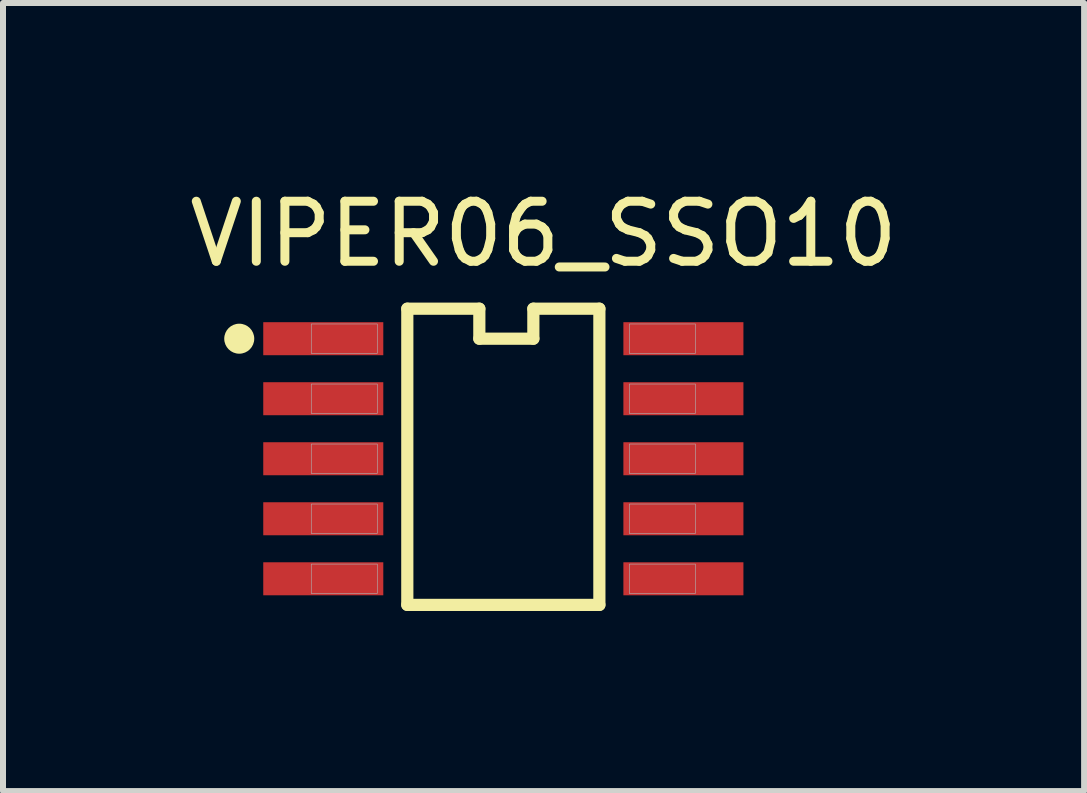
<source format=kicad_pcb>
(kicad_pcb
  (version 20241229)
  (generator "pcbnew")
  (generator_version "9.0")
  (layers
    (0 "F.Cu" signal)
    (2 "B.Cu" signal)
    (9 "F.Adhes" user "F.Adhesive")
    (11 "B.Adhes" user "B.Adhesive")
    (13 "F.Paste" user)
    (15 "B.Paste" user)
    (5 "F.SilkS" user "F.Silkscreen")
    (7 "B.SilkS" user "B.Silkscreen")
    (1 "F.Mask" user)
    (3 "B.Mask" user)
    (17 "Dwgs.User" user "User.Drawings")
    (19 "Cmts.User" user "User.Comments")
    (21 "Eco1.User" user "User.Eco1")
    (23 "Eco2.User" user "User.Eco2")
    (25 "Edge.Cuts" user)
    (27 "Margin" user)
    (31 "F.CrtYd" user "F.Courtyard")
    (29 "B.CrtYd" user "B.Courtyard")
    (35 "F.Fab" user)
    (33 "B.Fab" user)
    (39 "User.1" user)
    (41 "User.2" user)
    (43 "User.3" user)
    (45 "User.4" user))
  (footprint "VIPER06_SSO10"
    (layer "F.Cu")
    (at 5.336 4.593)
    (property "Reference" "VIPER06_SSO10" (at 0.67 -3.745 0) (layer "F.SilkS") (effects (font (size 1 1) (thickness 0.15))))
    (attr smd)
    (fp_line (start -1.6 -2.5) (end -0.4 -2.5) (stroke (width 0.203) (type solid)) (layer "F.SilkS"))
    (fp_line (start -1.6 2.435) (end -1.6 -2.5) (stroke (width 0.203) (type solid)) (layer "F.SilkS"))
    (fp_line (start -0.4 -2.5) (end -0.4 -2) (stroke (width 0.203) (type solid)) (layer "F.SilkS"))
    (fp_line (start -0.4 -2) (end 0.5 -2) (stroke (width 0.203) (type solid)) (layer "F.SilkS"))
    (fp_line (start 0.5 -2.5) (end 1.6 -2.5) (stroke (width 0.203) (type solid)) (layer "F.SilkS"))
    (fp_line (start 0.5 -2) (end 0.5 -2.5) (stroke (width 0.203) (type solid)) (layer "F.SilkS"))
    (fp_line (start 1.6 -2.5) (end 1.6 2.435) (stroke (width 0.203) (type solid)) (layer "F.SilkS"))
    (fp_line (start 1.6 2.435) (end -1.6 2.435) (stroke (width 0.203) (type solid)) (layer "F.SilkS"))
    (fp_circle (center -4.4 -2) (end -4.15 -2) (stroke (width 0) (type solid)) (fill yes) (layer "F.SilkS"))
    (fp_poly (pts (xy -2.1 -2.245) (xy -2.1 -1.755) (xy -3.2 -1.755) (xy -3.2 -2.245)) (stroke (width 0.01) (type solid)) (fill no) (layer "F.Fab"))
    (fp_poly (pts (xy -2.1 -1.245) (xy -2.1 -0.755) (xy -3.2 -0.755) (xy -3.2 -1.245)) (stroke (width 0.01) (type solid)) (fill no) (layer "F.Fab"))
    (fp_poly (pts (xy -2.1 -0.245) (xy -2.1 0.245) (xy -3.2 0.245) (xy -3.2 -0.245)) (stroke (width 0.01) (type solid)) (fill no) (layer "F.Fab"))
    (fp_poly (pts (xy -2.1 0.755) (xy -2.1 1.245) (xy -3.2 1.245) (xy -3.2 0.755)) (stroke (width 0.01) (type solid)) (fill no) (layer "F.Fab"))
    (fp_poly (pts (xy -2.1 1.755) (xy -2.1 2.245) (xy -3.2 2.245) (xy -3.2 1.755)) (stroke (width 0.01) (type solid)) (fill no) (layer "F.Fab"))
    (fp_poly (pts (xy 3.2 -2.245) (xy 3.2 -1.755) (xy 2.1 -1.755) (xy 2.1 -2.245)) (stroke (width 0.01) (type solid)) (fill no) (layer "F.Fab"))
    (fp_poly (pts (xy 3.2 -1.245) (xy 3.2 -0.755) (xy 2.1 -0.755) (xy 2.1 -1.245)) (stroke (width 0.01) (type solid)) (fill no) (layer "F.Fab"))
    (fp_poly (pts (xy 3.2 -0.245) (xy 3.2 0.245) (xy 2.1 0.245) (xy 2.1 -0.245)) (stroke (width 0.01) (type solid)) (fill no) (layer "F.Fab"))
    (fp_poly (pts (xy 3.2 0.755) (xy 3.2 1.245) (xy 2.1 1.245) (xy 2.1 0.755)) (stroke (width 0.01) (type solid)) (fill no) (layer "F.Fab"))
    (fp_poly (pts (xy 3.2 1.755) (xy 3.2 2.245) (xy 2.1 2.245) (xy 2.1 1.755)) (stroke (width 0.01) (type solid)) (fill no) (layer "F.Fab"))
    (pad "1" smd rect (at -3 -2) (size 2 0.55) (layers "F.Cu" "F.Mask" "F.Paste"))
    (pad "2" smd rect (at -3 -1) (size 2 0.55) (layers "F.Cu" "F.Mask" "F.Paste"))
    (pad "3" smd rect (at -3 0) (size 2 0.55) (layers "F.Cu" "F.Mask" "F.Paste"))
    (pad "4" smd rect (at -3 1) (size 2 0.55) (layers "F.Cu" "F.Mask" "F.Paste"))
    (pad "5" smd rect (at -3 2) (size 2 0.55) (layers "F.Cu" "F.Mask" "F.Paste"))
    (pad "6" smd rect (at 3 2) (size 2 0.55) (layers "F.Cu" "F.Mask" "F.Paste"))
    (pad "7" smd rect (at 3 1) (size 2 0.55) (layers "F.Cu" "F.Mask" "F.Paste"))
    (pad "8" smd rect (at 3 0) (size 2 0.55) (layers "F.Cu" "F.Mask" "F.Paste"))
    (pad "9" smd rect (at 3 -1) (size 2 0.55) (layers "F.Cu" "F.Mask" "F.Paste"))
    (pad "10" smd rect (at 3 -2) (size 2 0.55) (layers "F.Cu" "F.Mask" "F.Paste")))
  (gr_rect
    (start -3 -3)
    (end 15.012 10.13)
    (stroke (width 0.1) (type default))
    (fill no)
    (layer "Edge.Cuts")))
</source>
